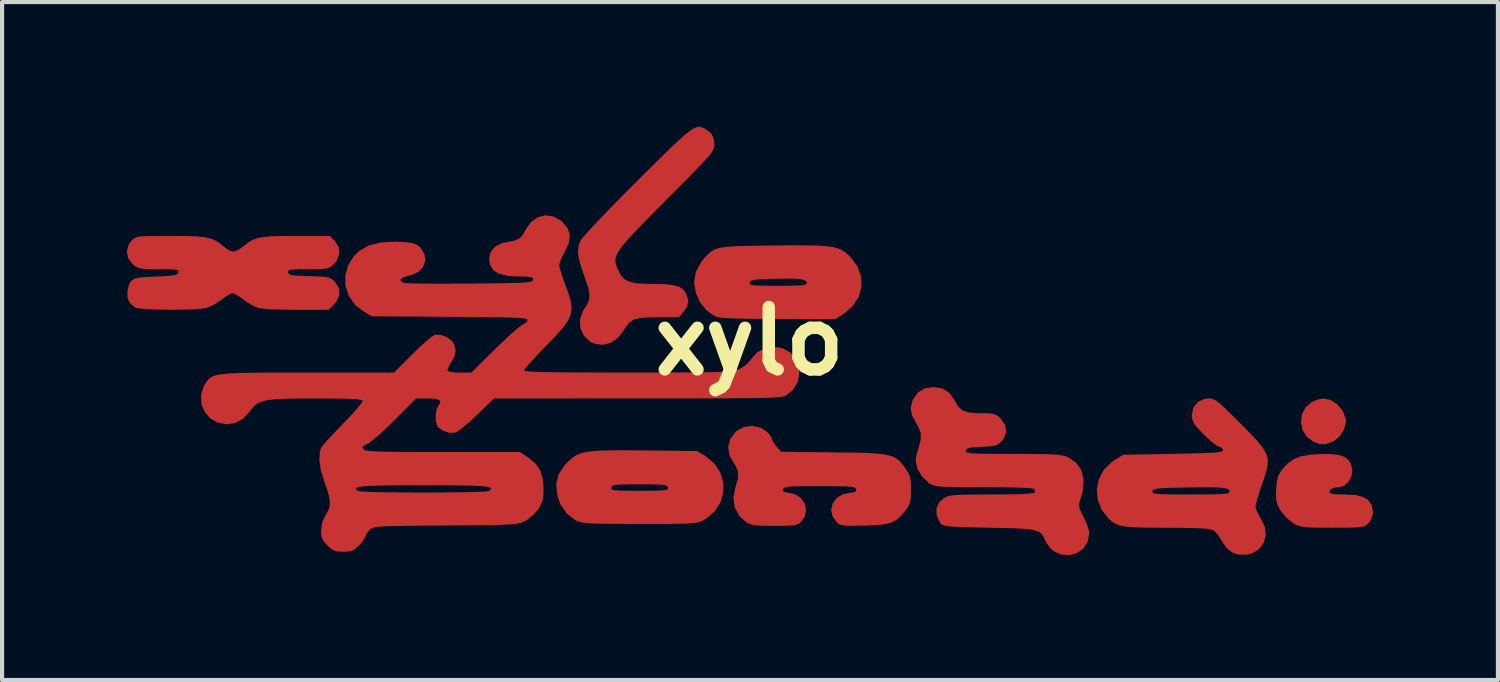
<source format=kicad_pcb>
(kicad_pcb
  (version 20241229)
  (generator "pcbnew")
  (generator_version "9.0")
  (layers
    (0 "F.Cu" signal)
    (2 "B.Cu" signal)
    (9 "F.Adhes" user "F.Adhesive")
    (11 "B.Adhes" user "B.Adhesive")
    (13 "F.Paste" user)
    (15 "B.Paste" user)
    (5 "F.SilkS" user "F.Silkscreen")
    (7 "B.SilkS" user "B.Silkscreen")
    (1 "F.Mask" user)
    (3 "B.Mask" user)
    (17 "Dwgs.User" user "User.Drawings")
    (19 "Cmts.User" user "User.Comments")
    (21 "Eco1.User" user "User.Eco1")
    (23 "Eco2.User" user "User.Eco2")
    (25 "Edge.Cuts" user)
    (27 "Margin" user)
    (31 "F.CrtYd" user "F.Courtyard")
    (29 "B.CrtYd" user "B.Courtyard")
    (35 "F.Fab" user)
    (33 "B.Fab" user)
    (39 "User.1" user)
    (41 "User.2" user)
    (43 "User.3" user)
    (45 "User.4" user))
  (footprint "xylo"
    (layer "F.Cu")
    (at 14.971 5.154)
    (property "Reference" "xylo" (at 0 0 0) (layer "F.SilkS") (effects (font (size 1.5 1.5) (thickness 0.3))))
    (attr board_only exclude_from_pos_files exclude_from_bom)
    (fp_poly (pts (xy 13.982 1.417) (xy 14.14 1.524) (xy 14.265 1.677) (xy 14.335 1.852) (xy 14.343 1.932) (xy 14.303 2.111) (xy 14.199 2.278) (xy 14.054 2.402) (xy 14.01 2.423) (xy 13.849 2.476) (xy 13.715 2.475) (xy 13.566 2.419) (xy 13.557 2.415) (xy 13.397 2.293) (xy 13.298 2.13) (xy 13.261 1.946) (xy 13.285 1.76) (xy 13.369 1.594) (xy 13.514 1.467) (xy 13.574 1.437) (xy 13.7 1.395) (xy 13.807 1.377) (xy 13.811 1.377)) (stroke (width 0) (type solid)) (fill yes) (layers "F.Cu" "F.Mask"))
    (fp_poly (pts (xy 14.161 2.733) (xy 14.304 2.779) (xy 14.403 2.856) (xy 14.46 2.942) (xy 14.497 3.092) (xy 14.475 3.248) (xy 14.403 3.385) (xy 14.294 3.48) (xy 14.183 3.508) (xy 14.039 3.528) (xy 13.957 3.581) (xy 13.943 3.624) (xy 13.964 3.656) (xy 14.037 3.675) (xy 14.174 3.684) (xy 14.301 3.686) (xy 14.559 3.698) (xy 14.744 3.739) (xy 14.871 3.813) (xy 14.953 3.926) (xy 14.963 3.949) (xy 14.997 4.132) (xy 14.944 4.301) (xy 14.867 4.395) (xy 14.825 4.428) (xy 14.773 4.452) (xy 14.696 4.468) (xy 14.58 4.478) (xy 14.412 4.483) (xy 14.176 4.484) (xy 14.013 4.485) (xy 13.735 4.484) (xy 13.531 4.481) (xy 13.384 4.474) (xy 13.279 4.46) (xy 13.2 4.439) (xy 13.131 4.408) (xy 13.067 4.371) (xy 12.909 4.244) (xy 12.775 4.081) (xy 12.762 4.06) (xy 12.698 3.937) (xy 12.666 3.826) (xy 12.658 3.69) (xy 12.663 3.557) (xy 12.681 3.37) (xy 12.716 3.238) (xy 12.778 3.127) (xy 12.8 3.097) (xy 12.939 2.94) (xy 13.09 2.832) (xy 13.273 2.764) (xy 13.509 2.727) (xy 13.688 2.716) (xy 13.961 2.713)) (stroke (width 0) (type solid)) (fill yes) (layers "F.Cu" "F.Mask"))
    (fp_poly (pts (xy 1.605 -2.3) (xy 1.816 -2.288) (xy 1.98 -2.268) (xy 2.108 -2.239) (xy 2.21 -2.198) (xy 2.296 -2.143) (xy 2.376 -2.075) (xy 2.426 -2.026) (xy 2.595 -1.802) (xy 2.684 -1.557) (xy 2.693 -1.306) (xy 2.625 -1.063) (xy 2.48 -0.842) (xy 2.29 -0.677) (xy 2.077 -0.533) (xy 0.694 -0.535) (xy 0.276 -0.536) (xy -0.062 -0.54) (xy -0.327 -0.545) (xy -0.528 -0.554) (xy -0.673 -0.565) (xy -0.77 -0.58) (xy -0.822 -0.596) (xy -1.022 -0.73) (xy -1.183 -0.927) (xy -1.291 -1.163) (xy -1.331 -1.41) (xy 0.008 -1.41) (xy 0.009 -1.38) (xy 0.033 -1.359) (xy 0.093 -1.346) (xy 0.201 -1.337) (xy 0.369 -1.333) (xy 0.61 -1.332) (xy 0.685 -1.332) (xy 0.952 -1.333) (xy 1.142 -1.338) (xy 1.267 -1.346) (xy 1.34 -1.36) (xy 1.372 -1.381) (xy 1.377 -1.398) (xy 1.362 -1.442) (xy 1.312 -1.473) (xy 1.214 -1.493) (xy 1.058 -1.503) (xy 0.834 -1.504) (xy 0.6 -1.5) (xy 0.362 -1.494) (xy 0.198 -1.485) (xy 0.095 -1.472) (xy 0.038 -1.453) (xy 0.013 -1.425) (xy 0.008 -1.41) (xy -1.331 -1.41) (xy -1.332 -1.414) (xy -1.332 -1.422) (xy -1.288 -1.67) (xy -1.158 -1.91) (xy -1.072 -2.013) (xy -1 -2.089) (xy -0.931 -2.149) (xy -0.857 -2.196) (xy -0.765 -2.231) (xy -0.645 -2.257) (xy -0.485 -2.274) (xy -0.276 -2.286) (xy -0.007 -2.293) (xy 0.334 -2.298) (xy 0.584 -2.301) (xy 0.999 -2.305) (xy 1.336 -2.305)) (stroke (width 0) (type solid)) (fill yes) (layers "F.Cu" "F.Mask"))
    (fp_poly (pts (xy -2.69 2.625) (xy -2.483 2.627) (xy -1.258 2.642) (xy -1.043 2.775) (xy -0.835 2.95) (xy -0.698 3.163) (xy -0.63 3.399) (xy -0.63 3.642) (xy -0.699 3.878) (xy -0.835 4.09) (xy -1.038 4.265) (xy -1.119 4.312) (xy -1.172 4.336) (xy -1.232 4.355) (xy -1.311 4.369) (xy -1.419 4.38) (xy -1.566 4.387) (xy -1.763 4.391) (xy -2.02 4.394) (xy -2.347 4.394) (xy -2.651 4.394) (xy -3.039 4.393) (xy -3.348 4.391) (xy -3.589 4.388) (xy -3.773 4.382) (xy -3.909 4.374) (xy -4.009 4.362) (xy -4.082 4.347) (xy -4.139 4.327) (xy -4.183 4.306) (xy -4.391 4.147) (xy -4.544 3.925) (xy -4.622 3.705) (xy -4.64 3.519) (xy -3.322 3.519) (xy -3.321 3.549) (xy -3.297 3.569) (xy -3.238 3.583) (xy -3.13 3.592) (xy -2.962 3.596) (xy -2.722 3.597) (xy -2.642 3.597) (xy -2.379 3.596) (xy -2.193 3.593) (xy -2.07 3.586) (xy -1.999 3.574) (xy -1.967 3.555) (xy -1.961 3.528) (xy -1.962 3.519) (xy -1.976 3.489) (xy -2.012 3.468) (xy -2.084 3.454) (xy -2.205 3.446) (xy -2.389 3.442) (xy -2.642 3.441) (xy -2.9 3.442) (xy -3.082 3.446) (xy -3.202 3.454) (xy -3.273 3.468) (xy -3.309 3.49) (xy -3.322 3.519) (xy -4.64 3.519) (xy -4.647 3.445) (xy -4.592 3.211) (xy -4.452 2.991) (xy -4.377 2.909) (xy -4.291 2.829) (xy -4.205 2.765) (xy -4.106 2.715) (xy -3.986 2.678) (xy -3.832 2.651) (xy -3.637 2.634) (xy -3.388 2.625) (xy -3.076 2.623)) (stroke (width 0) (type solid)) (fill yes) (layers "F.Cu" "F.Mask"))
    (fp_poly (pts (xy -1.138 -5.141) (xy -1.078 -5.113) (xy -1.052 -5.099) (xy -0.921 -4.999) (xy -0.857 -4.86) (xy -0.845 -4.733) (xy -0.847 -4.686) (xy -0.856 -4.639) (xy -0.88 -4.586) (xy -0.924 -4.52) (xy -0.993 -4.434) (xy -1.095 -4.32) (xy -1.234 -4.173) (xy -1.417 -3.985) (xy -1.65 -3.749) (xy -1.938 -3.459) (xy -2 -3.397) (xy -2.321 -3.073) (xy -2.585 -2.805) (xy -2.796 -2.585) (xy -2.958 -2.407) (xy -3.077 -2.263) (xy -3.158 -2.145) (xy -3.206 -2.048) (xy -3.225 -1.963) (xy -3.22 -1.884) (xy -3.196 -1.803) (xy -3.159 -1.714) (xy -3.159 -1.713) (xy -3.089 -1.582) (xy -3.004 -1.489) (xy -2.887 -1.429) (xy -2.723 -1.394) (xy -2.497 -1.379) (xy -2.309 -1.377) (xy -2.033 -1.37) (xy -1.83 -1.349) (xy -1.688 -1.308) (xy -1.591 -1.242) (xy -1.526 -1.149) (xy -1.518 -1.134) (xy -1.471 -0.978) (xy -1.493 -0.845) (xy -1.58 -0.714) (xy -1.695 -0.577) (xy -2.191 -0.577) (xy -2.453 -0.572) (xy -2.644 -0.555) (xy -2.781 -0.518) (xy -2.88 -0.456) (xy -2.96 -0.363) (xy -3.014 -0.272) (xy -3.156 -0.085) (xy -3.333 0.037) (xy -3.527 0.088) (xy -3.722 0.063) (xy -3.825 0.014) (xy -3.981 -0.13) (xy -4.066 -0.313) (xy -4.076 -0.515) (xy -4.007 -0.72) (xy -3.975 -0.772) (xy -3.897 -0.898) (xy -3.854 -1.008) (xy -3.846 -1.125) (xy -3.874 -1.27) (xy -3.936 -1.466) (xy -3.972 -1.568) (xy -4.058 -1.82) (xy -4.108 -2.012) (xy -4.124 -2.163) (xy -4.109 -2.292) (xy -4.068 -2.41) (xy -4.024 -2.472) (xy -3.923 -2.589) (xy -3.773 -2.752) (xy -3.581 -2.956) (xy -3.353 -3.192) (xy -3.097 -3.454) (xy -2.821 -3.732) (xy -2.701 -3.852) (xy -2.368 -4.182) (xy -2.093 -4.455) (xy -1.867 -4.674) (xy -1.684 -4.846) (xy -1.539 -4.974) (xy -1.424 -5.064) (xy -1.333 -5.121) (xy -1.259 -5.15) (xy -1.196 -5.154)) (stroke (width 0) (type solid)) (fill yes) (layers "F.Cu" "F.Mask"))
    (fp_poly (pts (xy 0.269 2.081) (xy 0.396 2.158) (xy 0.483 2.245) (xy 0.53 2.318) (xy 0.533 2.332) (xy 0.56 2.402) (xy 0.626 2.501) (xy 0.646 2.525) (xy 0.759 2.659) (xy 2.011 2.673) (xy 2.414 2.678) (xy 2.739 2.685) (xy 2.996 2.697) (xy 3.196 2.716) (xy 3.349 2.745) (xy 3.466 2.784) (xy 3.558 2.838) (xy 3.634 2.908) (xy 3.706 2.997) (xy 3.752 3.061) (xy 3.824 3.172) (xy 3.864 3.275) (xy 3.882 3.401) (xy 3.885 3.571) (xy 3.881 3.749) (xy 3.863 3.87) (xy 3.823 3.965) (xy 3.763 4.052) (xy 3.65 4.192) (xy 3.542 4.291) (xy 3.423 4.357) (xy 3.272 4.398) (xy 3.072 4.42) (xy 2.804 4.432) (xy 2.775 4.432) (xy 2.537 4.437) (xy 2.37 4.437) (xy 2.259 4.429) (xy 2.185 4.411) (xy 2.133 4.383) (xy 2.099 4.354) (xy 1.994 4.206) (xy 1.965 4.048) (xy 2.004 3.895) (xy 2.103 3.765) (xy 2.253 3.675) (xy 2.443 3.641) (xy 2.54 3.63) (xy 2.57 3.589) (xy 2.567 3.564) (xy 2.555 3.537) (xy 2.524 3.517) (xy 2.461 3.503) (xy 2.355 3.494) (xy 2.194 3.489) (xy 1.967 3.486) (xy 1.687 3.486) (xy 1.389 3.486) (xy 1.167 3.489) (xy 1.011 3.494) (xy 0.908 3.504) (xy 0.848 3.518) (xy 0.818 3.538) (xy 0.808 3.564) (xy 0.82 3.623) (xy 0.899 3.641) (xy 0.909 3.641) (xy 1.093 3.677) (xy 1.235 3.77) (xy 1.328 3.903) (xy 1.363 4.058) (xy 1.331 4.217) (xy 1.234 4.351) (xy 1.184 4.389) (xy 1.12 4.415) (xy 1.024 4.43) (xy 0.879 4.438) (xy 0.667 4.44) (xy 0.602 4.44) (xy 0.361 4.438) (xy 0.19 4.43) (xy 0.07 4.413) (xy -0.017 4.385) (xy -0.069 4.358) (xy -0.245 4.202) (xy -0.352 4.001) (xy -0.385 3.769) (xy -0.339 3.521) (xy -0.336 3.514) (xy -0.277 3.294) (xy -0.279 3.122) (xy -0.343 2.98) (xy -0.357 2.961) (xy -0.477 2.752) (xy -0.512 2.546) (xy -0.462 2.351) (xy -0.329 2.176) (xy -0.304 2.155) (xy -0.13 2.062) (xy 0.072 2.037)) (stroke (width 0) (type solid)) (fill yes) (layers "F.Cu" "F.Mask"))
    (fp_poly (pts (xy 11.106 1.381) (xy 11.168 1.401) (xy 11.239 1.444) (xy 11.333 1.519) (xy 11.458 1.634) (xy 11.626 1.798) (xy 11.793 1.965) (xy 12.033 2.207) (xy 12.214 2.401) (xy 12.343 2.561) (xy 12.423 2.699) (xy 12.461 2.83) (xy 12.461 2.968) (xy 12.428 3.127) (xy 12.367 3.319) (xy 12.332 3.421) (xy 12.265 3.62) (xy 12.212 3.795) (xy 12.177 3.925) (xy 12.167 3.984) (xy 12.192 4.073) (xy 12.254 4.193) (xy 12.288 4.246) (xy 12.389 4.452) (xy 12.414 4.655) (xy 12.37 4.841) (xy 12.262 4.994) (xy 12.096 5.099) (xy 11.939 5.136) (xy 11.735 5.128) (xy 11.596 5.074) (xy 11.458 4.957) (xy 11.352 4.794) (xy 11.273 4.665) (xy 11.183 4.566) (xy 11.146 4.541) (xy 11.069 4.521) (xy 10.929 4.505) (xy 10.717 4.495) (xy 10.43 4.488) (xy 10.06 4.486) (xy 10.027 4.486) (xy 9.672 4.484) (xy 9.394 4.48) (xy 9.18 4.47) (xy 9.018 4.453) (xy 8.896 4.427) (xy 8.802 4.39) (xy 8.723 4.34) (xy 8.648 4.276) (xy 8.642 4.271) (xy 8.471 4.057) (xy 8.375 3.816) (xy 8.356 3.608) (xy 9.689 3.608) (xy 9.69 3.634) (xy 9.71 3.653) (xy 9.761 3.667) (xy 9.854 3.676) (xy 9.999 3.682) (xy 10.208 3.685) (xy 10.491 3.686) (xy 10.61 3.686) (xy 10.926 3.685) (xy 11.163 3.682) (xy 11.333 3.676) (xy 11.446 3.667) (xy 11.511 3.654) (xy 11.541 3.635) (xy 11.545 3.62) (xy 11.536 3.582) (xy 11.499 3.553) (xy 11.425 3.533) (xy 11.305 3.521) (xy 11.127 3.514) (xy 10.882 3.514) (xy 10.559 3.517) (xy 10.525 3.518) (xy 10.234 3.523) (xy 10.02 3.529) (xy 9.872 3.537) (xy 9.776 3.549) (xy 9.721 3.566) (xy 9.696 3.589) (xy 9.689 3.608) (xy 8.356 3.608) (xy 8.352 3.564) (xy 8.402 3.317) (xy 8.521 3.092) (xy 8.711 2.904) (xy 8.77 2.864) (xy 8.985 2.731) (xy 10.187 2.709) (xy 10.551 2.701) (xy 10.834 2.694) (xy 11.048 2.686) (xy 11.2 2.677) (xy 11.302 2.665) (xy 11.36 2.651) (xy 11.386 2.633) (xy 11.39 2.62) (xy 11.353 2.561) (xy 11.298 2.54) (xy 11.227 2.504) (xy 11.114 2.418) (xy 10.981 2.298) (xy 10.921 2.24) (xy 10.784 2.098) (xy 10.7 1.996) (xy 10.656 1.913) (xy 10.639 1.83) (xy 10.637 1.771) (xy 10.676 1.591) (xy 10.783 1.459) (xy 10.946 1.386) (xy 11.045 1.377)) (stroke (width 0) (type solid)) (fill yes) (layers "F.Cu" "F.Mask"))
    (fp_poly (pts (xy -9.975 -2.414) (xy -9.875 -2.261) (xy -9.86 -2.096) (xy -9.928 -1.932) (xy -9.988 -1.862) (xy -10.048 -1.805) (xy -10.105 -1.768) (xy -10.179 -1.746) (xy -10.289 -1.736) (xy -10.455 -1.732) (xy -10.613 -1.732) (xy -10.829 -1.731) (xy -10.97 -1.725) (xy -11.052 -1.714) (xy -11.088 -1.694) (xy -11.094 -1.662) (xy -11.093 -1.654) (xy -11.076 -1.62) (xy -11.031 -1.596) (xy -10.942 -1.581) (xy -10.794 -1.571) (xy -10.584 -1.564) (xy -10.366 -1.557) (xy -10.217 -1.547) (xy -10.119 -1.53) (xy -10.052 -1.501) (xy -9.996 -1.458) (xy -9.974 -1.436) (xy -9.875 -1.283) (xy -9.86 -1.118) (xy -9.929 -0.955) (xy -9.988 -0.885) (xy -10.118 -0.755) (xy -10.887 -0.755) (xy -11.152 -0.758) (xy -11.396 -0.765) (xy -11.602 -0.775) (xy -11.75 -0.789) (xy -11.812 -0.799) (xy -11.937 -0.853) (xy -12.085 -0.942) (xy -12.162 -0.999) (xy -12.283 -1.085) (xy -12.384 -1.141) (xy -12.429 -1.154) (xy -12.501 -1.128) (xy -12.612 -1.06) (xy -12.694 -0.999) (xy -12.837 -0.901) (xy -12.983 -0.825) (xy -13.05 -0.8) (xy -13.16 -0.782) (xy -13.333 -0.769) (xy -13.551 -0.761) (xy -13.794 -0.757) (xy -14.044 -0.757) (xy -14.283 -0.762) (xy -14.494 -0.772) (xy -14.656 -0.786) (xy -14.753 -0.803) (xy -14.765 -0.809) (xy -14.862 -0.881) (xy -14.908 -0.929) (xy -14.955 -1.05) (xy -14.958 -1.206) (xy -14.921 -1.357) (xy -14.88 -1.427) (xy -14.837 -1.472) (xy -14.783 -1.503) (xy -14.7 -1.524) (xy -14.572 -1.538) (xy -14.379 -1.549) (xy -14.27 -1.554) (xy -14.043 -1.565) (xy -13.891 -1.578) (xy -13.798 -1.594) (xy -13.749 -1.618) (xy -13.73 -1.651) (xy -13.73 -1.654) (xy -13.731 -1.688) (xy -13.76 -1.711) (xy -13.832 -1.724) (xy -13.961 -1.73) (xy -14.161 -1.732) (xy -14.203 -1.732) (xy -14.42 -1.733) (xy -14.568 -1.74) (xy -14.668 -1.755) (xy -14.74 -1.782) (xy -14.803 -1.826) (xy -14.828 -1.847) (xy -14.937 -1.99) (xy -14.971 -2.156) (xy -14.929 -2.322) (xy -14.856 -2.422) (xy -14.815 -2.46) (xy -14.772 -2.488) (xy -14.712 -2.508) (xy -14.623 -2.52) (xy -14.491 -2.527) (xy -14.302 -2.53) (xy -14.043 -2.531) (xy -13.922 -2.531) (xy -13.593 -2.529) (xy -13.337 -2.522) (xy -13.142 -2.506) (xy -12.991 -2.478) (xy -12.87 -2.435) (xy -12.765 -2.375) (xy -12.66 -2.294) (xy -12.625 -2.263) (xy -12.503 -2.176) (xy -12.393 -2.156) (xy -12.273 -2.204) (xy -12.145 -2.3) (xy -12.045 -2.377) (xy -11.948 -2.435) (xy -11.836 -2.477) (xy -11.697 -2.504) (xy -11.516 -2.521) (xy -11.277 -2.529) (xy -10.967 -2.531) (xy -10.909 -2.531) (xy -10.092 -2.531)) (stroke (width 0) (type solid)) (fill yes) (layers "F.Cu" "F.Mask"))
    (fp_poly (pts (xy 4.644 1.138) (xy 4.811 1.245) (xy 4.938 1.431) (xy 4.939 1.433) (xy 5.02 1.571) (xy 5.119 1.66) (xy 5.254 1.71) (xy 5.447 1.73) (xy 5.564 1.732) (xy 5.743 1.734) (xy 5.859 1.746) (xy 5.939 1.775) (xy 6.007 1.827) (xy 6.043 1.862) (xy 6.15 2.019) (xy 6.173 2.185) (xy 6.113 2.345) (xy 6.057 2.412) (xy 5.989 2.471) (xy 5.912 2.507) (xy 5.802 2.527) (xy 5.635 2.538) (xy 5.58 2.54) (xy 5.397 2.55) (xy 5.285 2.565) (xy 5.226 2.59) (xy 5.204 2.629) (xy 5.204 2.631) (xy 5.204 2.655) (xy 5.223 2.673) (xy 5.27 2.687) (xy 5.354 2.696) (xy 5.486 2.703) (xy 5.676 2.707) (xy 5.933 2.709) (xy 6.267 2.71) (xy 6.336 2.71) (xy 6.69 2.711) (xy 6.968 2.713) (xy 7.181 2.718) (xy 7.34 2.725) (xy 7.458 2.737) (xy 7.547 2.753) (xy 7.617 2.774) (xy 7.67 2.796) (xy 7.86 2.926) (xy 7.983 3.109) (xy 8.035 3.335) (xy 8.016 3.599) (xy 7.968 3.771) (xy 7.933 3.881) (xy 7.924 3.962) (xy 7.946 4.048) (xy 8.004 4.169) (xy 8.035 4.227) (xy 8.106 4.384) (xy 8.156 4.531) (xy 8.171 4.621) (xy 8.132 4.824) (xy 8.028 4.985) (xy 7.875 5.095) (xy 7.691 5.146) (xy 7.492 5.129) (xy 7.335 5.061) (xy 7.219 4.962) (xy 7.133 4.839) (xy 7.128 4.827) (xy 7.087 4.734) (xy 7.046 4.66) (xy 6.992 4.605) (xy 6.915 4.564) (xy 6.805 4.535) (xy 6.651 4.515) (xy 6.441 4.502) (xy 6.166 4.494) (xy 5.814 4.486) (xy 5.765 4.485) (xy 5.421 4.478) (xy 5.156 4.471) (xy 4.958 4.463) (xy 4.816 4.454) (xy 4.719 4.441) (xy 4.657 4.425) (xy 4.619 4.404) (xy 4.593 4.378) (xy 4.59 4.374) (xy 4.503 4.196) (xy 4.495 4.022) (xy 4.565 3.869) (xy 4.675 3.773) (xy 4.728 3.745) (xy 4.789 3.723) (xy 4.872 3.708) (xy 4.987 3.697) (xy 5.149 3.691) (xy 5.369 3.687) (xy 5.659 3.686) (xy 5.826 3.686) (xy 6.199 3.684) (xy 6.487 3.678) (xy 6.691 3.668) (xy 6.816 3.654) (xy 6.864 3.636) (xy 6.86 3.574) (xy 6.833 3.548) (xy 6.774 3.538) (xy 6.638 3.528) (xy 6.438 3.52) (xy 6.187 3.514) (xy 5.897 3.51) (xy 5.617 3.509) (xy 5.267 3.508) (xy 4.994 3.507) (xy 4.787 3.504) (xy 4.635 3.498) (xy 4.526 3.488) (xy 4.448 3.474) (xy 4.391 3.453) (xy 4.342 3.427) (xy 4.302 3.4) (xy 4.152 3.258) (xy 4.044 3.079) (xy 3.997 2.896) (xy 3.997 2.874) (xy 4.011 2.763) (xy 4.048 2.62) (xy 4.063 2.576) (xy 4.119 2.369) (xy 4.117 2.203) (xy 4.056 2.048) (xy 4.018 1.987) (xy 3.909 1.786) (xy 3.877 1.605) (xy 3.92 1.427) (xy 3.929 1.407) (xy 4.049 1.233) (xy 4.215 1.134) (xy 4.429 1.103)) (stroke (width 0) (type solid)) (fill yes) (layers "F.Cu" "F.Mask"))
    (fp_poly (pts (xy -4.703 -2.997) (xy -4.519 -2.888) (xy -4.505 -2.875) (xy -4.371 -2.716) (xy -4.318 -2.551) (xy -4.342 -2.365) (xy -4.435 -2.163) (xy -4.509 -2.02) (xy -4.559 -1.895) (xy -4.574 -1.829) (xy -4.558 -1.746) (xy -4.517 -1.607) (xy -4.458 -1.439) (xy -4.441 -1.392) (xy -4.352 -1.151) (xy -4.295 -0.955) (xy -4.276 -0.79) (xy -4.298 -0.639) (xy -4.367 -0.489) (xy -4.486 -0.323) (xy -4.66 -0.126) (xy -4.892 0.115) (xy -5.066 0.295) (xy -5.215 0.456) (xy -5.33 0.585) (xy -5.4 0.672) (xy -5.417 0.703) (xy -5.395 0.715) (xy -5.324 0.725) (xy -5.199 0.733) (xy -5.017 0.74) (xy -4.771 0.745) (xy -4.457 0.749) (xy -4.07 0.752) (xy -3.605 0.753) (xy -3.057 0.754) (xy -2.92 0.754) (xy -2.383 0.754) (xy -1.929 0.753) (xy -1.548 0.751) (xy -1.234 0.749) (xy -0.979 0.746) (xy -0.777 0.741) (xy -0.619 0.735) (xy -0.499 0.727) (xy -0.409 0.717) (xy -0.341 0.705) (xy -0.289 0.69) (xy -0.245 0.672) (xy -0.238 0.67) (xy -0.096 0.58) (xy 0.015 0.466) (xy 0.028 0.445) (xy 0.18 0.27) (xy 0.382 0.164) (xy 0.583 0.134) (xy 0.803 0.171) (xy 0.979 0.272) (xy 1.107 0.42) (xy 1.182 0.601) (xy 1.199 0.796) (xy 1.155 0.992) (xy 1.045 1.171) (xy 0.904 1.292) (xy 0.878 1.308) (xy 0.844 1.321) (xy 0.798 1.333) (xy 0.733 1.342) (xy 0.644 1.351) (xy 0.523 1.357) (xy 0.365 1.363) (xy 0.165 1.367) (xy -0.085 1.37) (xy -0.39 1.373) (xy -0.755 1.374) (xy -1.188 1.375) (xy -1.693 1.376) (xy -2.278 1.376) (xy -2.682 1.376) (xy -6.141 1.377) (xy -6.553 1.774) (xy -6.718 1.928) (xy -6.871 2.059) (xy -6.996 2.154) (xy -7.075 2.2) (xy -7.08 2.201) (xy -7.219 2.203) (xy -7.366 2.157) (xy -7.479 2.077) (xy -7.506 2.039) (xy -7.542 1.912) (xy -7.545 1.757) (xy -7.516 1.617) (xy -7.478 1.549) (xy -7.43 1.469) (xy -7.458 1.415) (xy -7.567 1.385) (xy -7.741 1.377) (xy -8.017 1.377) (xy -8.527 1.89) (xy -8.71 2.07) (xy -8.884 2.23) (xy -9.034 2.359) (xy -9.145 2.444) (xy -9.186 2.467) (xy -9.281 2.515) (xy -9.304 2.557) (xy -9.281 2.598) (xy -9.257 2.614) (xy -9.211 2.628) (xy -9.134 2.639) (xy -9.019 2.648) (xy -8.858 2.654) (xy -8.643 2.659) (xy -8.366 2.662) (xy -8.019 2.664) (xy -7.595 2.664) (xy -7.375 2.664) (xy -5.524 2.664) (xy -5.347 2.779) (xy -5.15 2.936) (xy -5.026 3.112) (xy -4.964 3.33) (xy -4.951 3.53) (xy -4.956 3.713) (xy -4.978 3.842) (xy -5.024 3.951) (xy -5.073 4.032) (xy -5.191 4.169) (xy -5.336 4.289) (xy -5.384 4.318) (xy -5.434 4.343) (xy -5.485 4.364) (xy -5.546 4.381) (xy -5.626 4.394) (xy -5.734 4.404) (xy -5.88 4.412) (xy -6.073 4.418) (xy -6.321 4.422) (xy -6.634 4.426) (xy -7.022 4.429) (xy -7.304 4.431) (xy -7.742 4.435) (xy -8.099 4.438) (xy -8.385 4.442) (xy -8.609 4.447) (xy -8.778 4.453) (xy -8.902 4.461) (xy -8.99 4.472) (xy -9.049 4.486) (xy -9.09 4.503) (xy -9.12 4.525) (xy -9.136 4.539) (xy -9.207 4.625) (xy -9.236 4.697) (xy -9.266 4.764) (xy -9.341 4.861) (xy -9.387 4.911) (xy -9.492 5.004) (xy -9.589 5.048) (xy -9.721 5.062) (xy -9.769 5.062) (xy -9.918 5.054) (xy -10.021 5.02) (xy -10.119 4.943) (xy -10.151 4.911) (xy -10.248 4.799) (xy -10.292 4.693) (xy -10.302 4.554) (xy -10.272 4.345) (xy -10.191 4.184) (xy -10.119 4.052) (xy -10.088 3.918) (xy -10.1 3.762) (xy -10.156 3.562) (xy -10.159 3.554) (xy -9.462 3.554) (xy -9.431 3.586) (xy -9.409 3.601) (xy -9.349 3.611) (xy -9.214 3.62) (xy -9.015 3.627) (xy -8.765 3.632) (xy -8.477 3.636) (xy -8.164 3.638) (xy -7.838 3.639) (xy -7.512 3.638) (xy -7.199 3.636) (xy -6.911 3.632) (xy -6.661 3.627) (xy -6.462 3.62) (xy -6.326 3.611) (xy -6.267 3.601) (xy -6.267 3.601) (xy -6.222 3.567) (xy -6.212 3.539) (xy -6.242 3.516) (xy -6.319 3.498) (xy -6.45 3.485) (xy -6.64 3.475) (xy -6.898 3.469) (xy -7.228 3.465) (xy -7.638 3.464) (xy -7.838 3.464) (xy -8.283 3.464) (xy -8.647 3.467) (xy -8.934 3.472) (xy -9.152 3.48) (xy -9.308 3.492) (xy -9.407 3.508) (xy -9.456 3.528) (xy -9.462 3.554) (xy -10.159 3.554) (xy -10.213 3.404) (xy -10.305 3.111) (xy -10.344 2.854) (xy -10.328 2.647) (xy -10.297 2.562) (xy -10.25 2.497) (xy -10.151 2.384) (xy -10.014 2.235) (xy -9.851 2.064) (xy -9.759 1.97) (xy -9.584 1.788) (xy -9.444 1.633) (xy -9.347 1.513) (xy -9.301 1.441) (xy -9.3 1.426) (xy -9.349 1.408) (xy -9.473 1.395) (xy -9.676 1.385) (xy -9.961 1.379) (xy -10.331 1.377) (xy -10.437 1.377) (xy -10.824 1.378) (xy -11.134 1.383) (xy -11.376 1.394) (xy -11.561 1.413) (xy -11.701 1.442) (xy -11.807 1.484) (xy -11.888 1.54) (xy -11.956 1.612) (xy -12.007 1.681) (xy -12.178 1.867) (xy -12.378 1.971) (xy -12.574 1.998) (xy -12.791 1.958) (xy -12.971 1.852) (xy -13.103 1.694) (xy -13.179 1.503) (xy -13.188 1.294) (xy -13.123 1.085) (xy -13.099 1.042) (xy -13.059 0.979) (xy -13.018 0.925) (xy -12.969 0.881) (xy -12.905 0.845) (xy -12.817 0.817) (xy -12.698 0.795) (xy -12.541 0.779) (xy -12.337 0.768) (xy -12.079 0.761) (xy -11.759 0.757) (xy -11.37 0.755) (xy -10.904 0.755) (xy -10.628 0.755) (xy -8.546 0.755) (xy -8.107 0.314) (xy -7.94 0.151) (xy -7.786 0.012) (xy -7.66 -0.092) (xy -7.578 -0.148) (xy -7.564 -0.153) (xy -7.425 -0.152) (xy -7.277 -0.098) (xy -7.155 -0.009) (xy -7.105 0.067) (xy -7.066 0.214) (xy -7.081 0.341) (xy -7.157 0.485) (xy -7.172 0.508) (xy -7.234 0.615) (xy -7.261 0.695) (xy -7.258 0.714) (xy -7.204 0.735) (xy -7.087 0.75) (xy -6.962 0.755) (xy -6.69 0.755) (xy -6.109 0.182) (xy -5.919 -0.002) (xy -5.745 -0.163) (xy -5.599 -0.291) (xy -5.493 -0.376) (xy -5.44 -0.407) (xy -5.361 -0.453) (xy -5.337 -0.498) (xy -5.339 -0.516) (xy -5.357 -0.531) (xy -5.4 -0.544) (xy -5.474 -0.554) (xy -5.588 -0.562) (xy -5.749 -0.568) (xy -5.965 -0.574) (xy -6.244 -0.578) (xy -6.594 -0.581) (xy -7.021 -0.585) (xy -7.202 -0.586) (xy -9.081 -0.599) (xy -9.269 -0.707) (xy -9.486 -0.877) (xy -9.634 -1.089) (xy -9.712 -1.327) (xy -9.718 -1.577) (xy -9.651 -1.822) (xy -9.51 -2.047) (xy -9.385 -2.17) (xy -9.16 -2.299) (xy -8.866 -2.373) (xy -8.501 -2.393) (xy -8.38 -2.388) (xy -8.195 -2.374) (xy -8.074 -2.352) (xy -7.99 -2.314) (xy -7.918 -2.254) (xy -7.915 -2.251) (xy -7.816 -2.101) (xy -7.794 -1.942) (xy -7.844 -1.793) (xy -7.958 -1.669) (xy -8.128 -1.588) (xy -8.199 -1.573) (xy -8.327 -1.538) (xy -8.389 -1.489) (xy -8.379 -1.438) (xy -8.293 -1.398) (xy -8.226 -1.393) (xy -8.081 -1.389) (xy -7.869 -1.386) (xy -7.603 -1.384) (xy -7.293 -1.383) (xy -6.95 -1.385) (xy -6.706 -1.386) (xy -6.302 -1.39) (xy -5.978 -1.394) (xy -5.725 -1.398) (xy -5.535 -1.404) (xy -5.398 -1.412) (xy -5.305 -1.422) (xy -5.248 -1.435) (xy -5.218 -1.451) (xy -5.205 -1.471) (xy -5.204 -1.476) (xy -5.206 -1.516) (xy -5.243 -1.54) (xy -5.331 -1.551) (xy -5.488 -1.554) (xy -5.527 -1.554) (xy -5.815 -1.571) (xy -6.026 -1.624) (xy -6.167 -1.716) (xy -6.243 -1.851) (xy -6.261 -1.997) (xy -6.22 -2.152) (xy -6.108 -2.279) (xy -5.943 -2.36) (xy -5.878 -2.374) (xy -5.687 -2.409) (xy -5.562 -2.453) (xy -5.478 -2.52) (xy -5.411 -2.624) (xy -5.386 -2.675) (xy -5.256 -2.862) (xy -5.088 -2.98) (xy -4.899 -3.027)) (stroke (width 0) (type solid)) (fill yes) (layers "F.Cu" "F.Mask")))
  (gr_rect
    (start -3 -3)
    (end 32.968 13.301)
    (stroke (width 0.1) (type default))
    (fill no)
    (layer "Edge.Cuts")))
</source>
